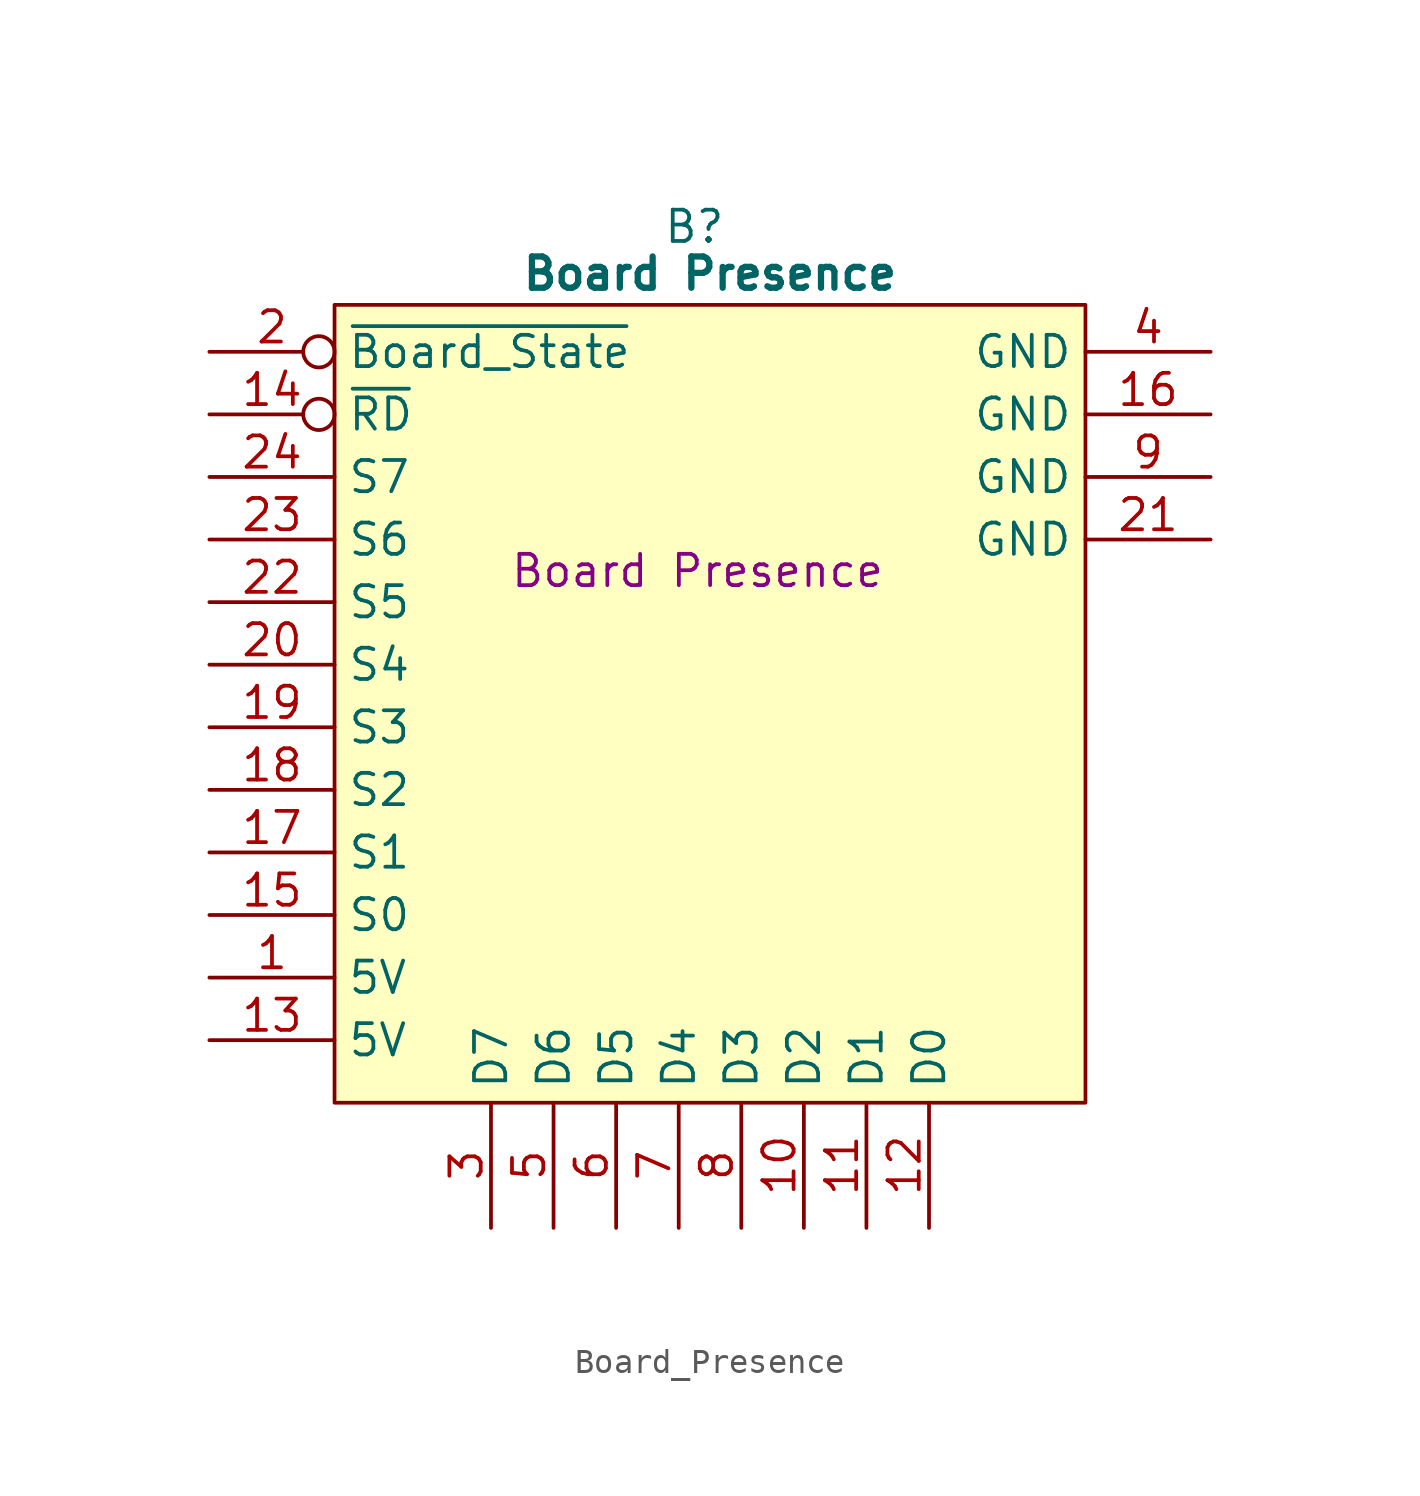
<source format=kicad_sym>
(kicad_symbol_lib
  (version 20241209)
  (generator "kicad_symbol_editor")
  (generator_version "9.0")
  (symbol "Board_Presence"
    (property "Reference" "B"
      (at 19.685 5.08 0)
      (effects (font (size 1.27 1.27))))
    (property "Value" "Board Presence"
      (at 20.32 3.175 0)
      (effects (font (size 1.27 1.27) (bold yes))))
    (property "Description" "Board Presence"
      (at 19.812 -8.89 0)
      (effects (font (size 1.27 1.27))))
    (symbol "Board_Presence_0_1"
      (polyline (pts (xy 5.08 1.905) (xy 35.56 1.905) (xy 35.56 -30.48) (xy 5.08 -30.48) (xy 5.08 1.905)) (stroke (width 0.152) (type default)) (fill (type background))))
    (symbol "Board_Presence_1_1"
      (pin input inverted (at 0 0 0) (length 5.08) (name "~{Board_State}" (effects (font (size 1.27 1.27)))) (number "2" (effects (font (size 1.27 1.27)))))
      (pin input inverted (at 0 -2.54 0) (length 5.08) (name "~{RD}" (effects (font (size 1.27 1.27)))) (number "14" (effects (font (size 1.27 1.27)))))
      (pin input line (at 0 -5.08 0) (length 5.08) (name "S7" (effects (font (size 1.27 1.27)))) (number "24" (effects (font (size 1.27 1.27)))))
      (pin input line (at 0 -7.62 0) (length 5.08) (name "S6" (effects (font (size 1.27 1.27)))) (number "23" (effects (font (size 1.27 1.27)))))
      (pin input line (at 0 -10.16 0) (length 5.08) (name "S5" (effects (font (size 1.27 1.27)))) (number "22" (effects (font (size 1.27 1.27)))))
      (pin input line (at 0 -12.7 0) (length 5.08) (name "S4" (effects (font (size 1.27 1.27)))) (number "20" (effects (font (size 1.27 1.27)))))
      (pin input line (at 0 -15.24 0) (length 5.08) (name "S3" (effects (font (size 1.27 1.27)))) (number "19" (effects (font (size 1.27 1.27)))))
      (pin input line (at 0 -17.78 0) (length 5.08) (name "S2" (effects (font (size 1.27 1.27)))) (number "18" (effects (font (size 1.27 1.27)))))
      (pin input line (at 0 -20.32 0) (length 5.08) (name "S1" (effects (font (size 1.27 1.27)))) (number "17" (effects (font (size 1.27 1.27)))))
      (pin input line (at 0 -22.86 0) (length 5.08) (name "S0" (effects (font (size 1.27 1.27)))) (number "15" (effects (font (size 1.27 1.27)))))
      (pin passive line (at 0 -25.4 0) (length 5.08) (name "5V" (effects (font (size 1.27 1.27)))) (number "1" (effects (font (size 1.27 1.27)))))
      (pin passive line (at 0 -27.94 0) (length 5.08) (name "5V" (effects (font (size 1.27 1.27)))) (number "13" (effects (font (size 1.27 1.27)))))
      (pin tri_state line (at 11.43 -35.56 90) (length 5.08) (name "D7" (effects (font (size 1.27 1.27)))) (number "3" (effects (font (size 1.27 1.27)))))
      (pin tri_state line (at 13.97 -35.56 90) (length 5.08) (name "D6" (effects (font (size 1.27 1.27)))) (number "5" (effects (font (size 1.27 1.27)))))
      (pin tri_state line (at 16.51 -35.56 90) (length 5.08) (name "D5" (effects (font (size 1.27 1.27)))) (number "6" (effects (font (size 1.27 1.27)))))
      (pin tri_state line (at 19.05 -35.56 90) (length 5.08) (name "D4" (effects (font (size 1.27 1.27)))) (number "7" (effects (font (size 1.27 1.27)))))
      (pin tri_state line (at 21.59 -35.56 90) (length 5.08) (name "D3" (effects (font (size 1.27 1.27)))) (number "8" (effects (font (size 1.27 1.27)))))
      (pin tri_state line (at 24.13 -35.56 90) (length 5.08) (name "D2" (effects (font (size 1.27 1.27)))) (number "10" (effects (font (size 1.27 1.27)))))
      (pin tri_state line (at 26.67 -35.56 90) (length 5.08) (name "D1" (effects (font (size 1.27 1.27)))) (number "11" (effects (font (size 1.27 1.27)))))
      (pin tri_state line (at 29.21 -35.56 90) (length 5.08) (name "D0" (effects (font (size 1.27 1.27)))) (number "12" (effects (font (size 1.27 1.27)))))
      (pin passive line (at 40.64 0 180) (length 5.08) (name "GND" (effects (font (size 1.27 1.27)))) (number "4" (effects (font (size 1.27 1.27)))))
      (pin passive line (at 40.64 -2.54 180) (length 5.08) (name "GND" (effects (font (size 1.27 1.27)))) (number "16" (effects (font (size 1.27 1.27)))))
      (pin passive line (at 40.64 -5.08 180) (length 5.08) (name "GND" (effects (font (size 1.27 1.27)))) (number "9" (effects (font (size 1.27 1.27)))))
      (pin passive line (at 40.64 -7.62 180) (length 5.08) (name "GND" (effects (font (size 1.27 1.27)))) (number "21" (effects (font (size 1.27 1.27))))))))
</source>
